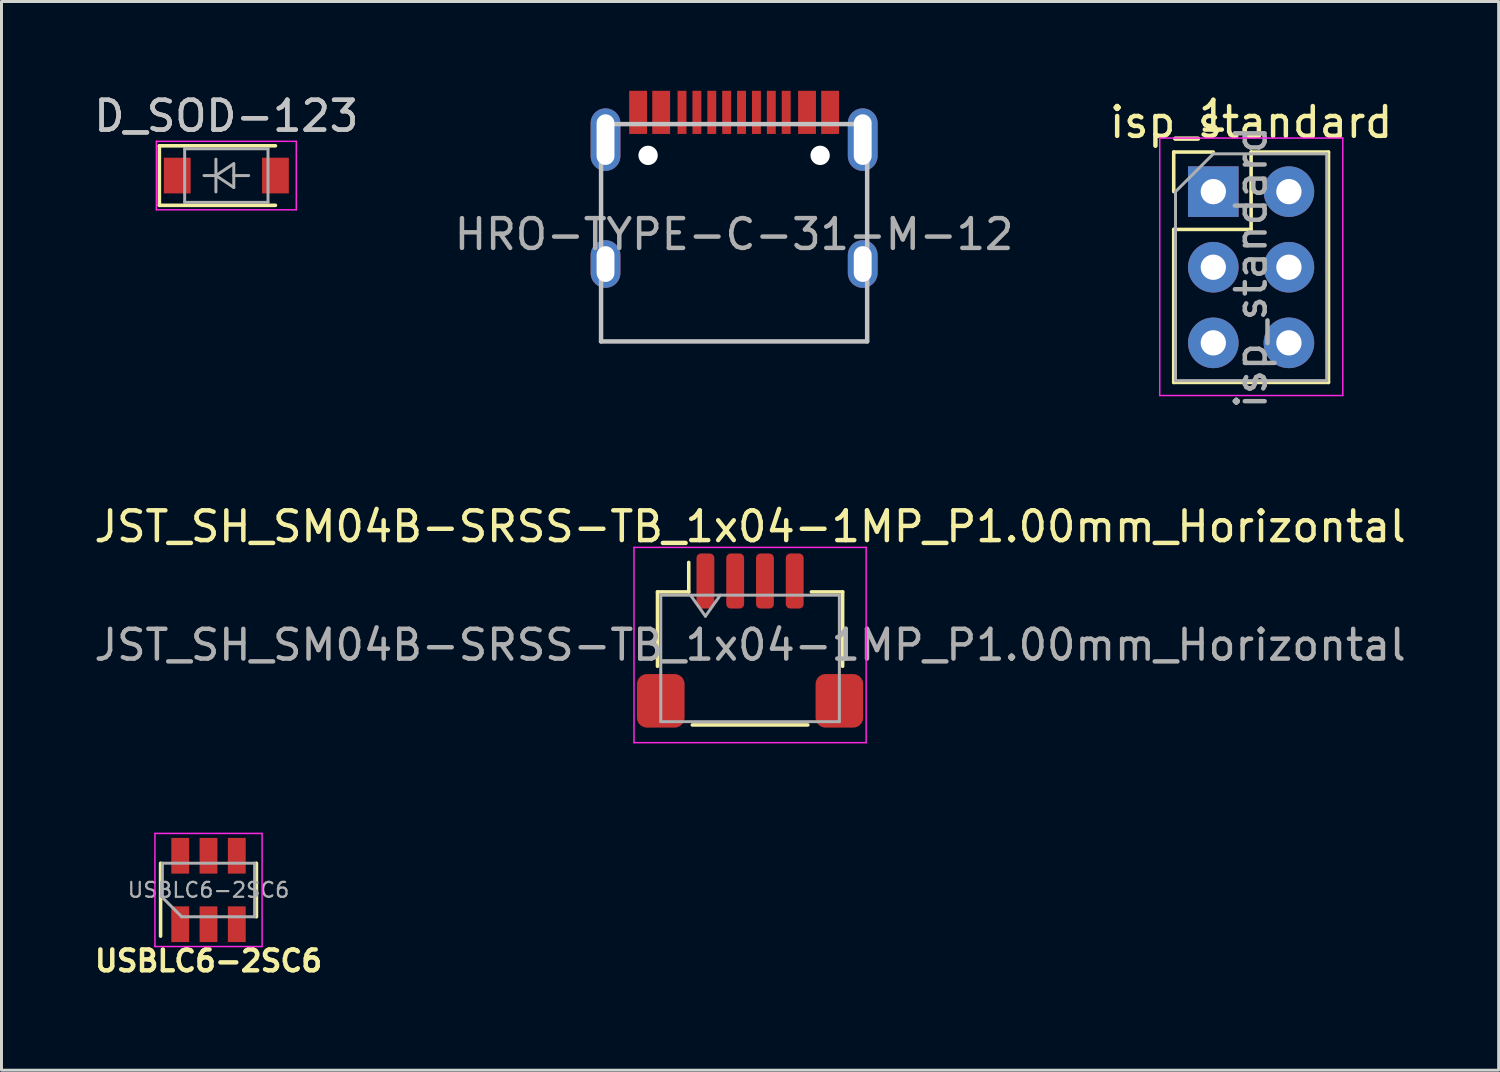
<source format=kicad_pcb>
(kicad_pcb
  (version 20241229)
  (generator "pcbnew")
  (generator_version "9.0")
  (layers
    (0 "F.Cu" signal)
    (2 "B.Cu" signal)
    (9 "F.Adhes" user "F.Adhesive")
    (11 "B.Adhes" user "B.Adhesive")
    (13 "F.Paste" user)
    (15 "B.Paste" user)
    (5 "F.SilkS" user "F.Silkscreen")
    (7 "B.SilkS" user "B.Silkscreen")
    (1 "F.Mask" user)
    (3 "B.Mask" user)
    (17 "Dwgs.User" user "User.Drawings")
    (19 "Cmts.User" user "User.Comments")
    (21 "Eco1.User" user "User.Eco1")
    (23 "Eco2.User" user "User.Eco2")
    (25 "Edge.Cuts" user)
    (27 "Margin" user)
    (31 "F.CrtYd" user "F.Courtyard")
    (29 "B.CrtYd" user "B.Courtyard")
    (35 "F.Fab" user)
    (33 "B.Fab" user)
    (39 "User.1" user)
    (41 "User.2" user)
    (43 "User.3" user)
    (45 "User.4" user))
  (footprint "HRO-TYPE-C-31-M-12"
    (layer "F.Cu")
    (at 21.613 8.42)
    (property "Reference" "HRO-TYPE-C-31-M-12" (at 0 -3.597 0) (layer "F.Fab") (effects (font (size 1 1) (thickness 0.15))))
    (attr through_hole)
    (fp_line (start -4.47 -7.3) (end 4.47 -7.3) (stroke (width 0.15) (type solid)) (layer "Dwgs.User"))
    (fp_line (start -4.47 0) (end -4.47 -7.3) (stroke (width 0.15) (type solid)) (layer "Dwgs.User"))
    (fp_line (start -4.47 0) (end 4.47 0) (stroke (width 0.15) (type solid)) (layer "Dwgs.User"))
    (fp_line (start 4.47 0) (end 4.47 -7.3) (stroke (width 0.15) (type solid)) (layer "Dwgs.User"))
    (pad "" np_thru_hole circle (at -2.89 -6.25 180) (size 0.65 0.65) (drill 0.65) (layers "*.Cu" "*.Mask"))
    (pad "" np_thru_hole circle (at 2.89 -6.25 180) (size 0.65 0.65) (drill 0.65) (layers "*.Cu" "*.Mask"))
    (pad "1" smd rect (at -3.225 -7.695 180) (size 0.6 1.45) (layers "F.Cu" "F.Mask" "F.Paste"))
    (pad "2" smd rect (at -2.45 -7.695 180) (size 0.6 1.45) (layers "F.Cu" "F.Mask" "F.Paste"))
    (pad "3" smd rect (at -1.75 -7.695 180) (size 0.3 1.45) (layers "F.Cu" "F.Mask" "F.Paste"))
    (pad "4" smd rect (at -1.25 -7.695 180) (size 0.3 1.45) (layers "F.Cu" "F.Mask" "F.Paste"))
    (pad "5" smd rect (at -0.75 -7.695 180) (size 0.3 1.45) (layers "F.Cu" "F.Mask" "F.Paste"))
    (pad "6" smd rect (at -0.25 -7.695 180) (size 0.3 1.45) (layers "F.Cu" "F.Mask" "F.Paste"))
    (pad "7" smd rect (at 0.25 -7.695 180) (size 0.3 1.45) (layers "F.Cu" "F.Mask" "F.Paste"))
    (pad "8" smd rect (at 0.75 -7.695 180) (size 0.3 1.45) (layers "F.Cu" "F.Mask" "F.Paste"))
    (pad "9" smd rect (at 1.25 -7.695 180) (size 0.3 1.45) (layers "F.Cu" "F.Mask" "F.Paste"))
    (pad "10" smd rect (at 1.75 -7.695 180) (size 0.3 1.45) (layers "F.Cu" "F.Mask" "F.Paste"))
    (pad "11" smd rect (at 2.45 -7.695 180) (size 0.6 1.45) (layers "F.Cu" "F.Mask" "F.Paste"))
    (pad "12" smd rect (at 3.225 -7.695 180) (size 0.6 1.45) (layers "F.Cu" "F.Mask" "F.Paste"))
    (pad "13" thru_hole oval (at -4.32 -6.78 180) (size 1 2.1) (drill oval 0.6 1.7) (layers "*.Cu" "*.Mask"))
    (pad "13" thru_hole oval (at -4.32 -2.6 180) (size 1 1.6) (drill oval 0.6 1.2) (layers "*.Cu" "*.Mask"))
    (pad "13" thru_hole oval (at 4.32 -6.78 180) (size 1 2.1) (drill oval 0.6 1.7) (layers "*.Cu" "*.Mask"))
    (pad "13" thru_hole oval (at 4.32 -2.6 180) (size 1 1.6) (drill oval 0.6 1.2) (layers "*.Cu" "*.Mask")))
  (footprint "JST_SH_SM04B-SRSS-TB_1x04-1MP_P1.00mm_Horizontal"
    (layer "F.Cu")
    (at 22.149 18.62)
    (property "Reference" "JST_SH_SM04B-SRSS-TB_1x04-1MP_P1.00mm_Horizontal" (at 0 -3.98 0) (layer "F.SilkS") (effects (font (size 1 1) (thickness 0.15))))
    (attr smd)
    (fp_line (start -3.11 -1.785) (end -2.06 -1.785) (stroke (width 0.12) (type solid)) (layer "F.SilkS"))
    (fp_line (start -3.11 0.715) (end -3.11 -1.785) (stroke (width 0.12) (type solid)) (layer "F.SilkS"))
    (fp_line (start -2.06 -1.785) (end -2.06 -2.775) (stroke (width 0.12) (type solid)) (layer "F.SilkS"))
    (fp_line (start -1.94 2.685) (end 1.94 2.685) (stroke (width 0.12) (type solid)) (layer "F.SilkS"))
    (fp_line (start 3.11 -1.785) (end 2.06 -1.785) (stroke (width 0.12) (type solid)) (layer "F.SilkS"))
    (fp_line (start 3.11 0.715) (end 3.11 -1.785) (stroke (width 0.12) (type solid)) (layer "F.SilkS"))
    (fp_line (start -3.9 -3.28) (end -3.9 3.28) (stroke (width 0.05) (type solid)) (layer "F.CrtYd"))
    (fp_line (start -3.9 3.28) (end 3.9 3.28) (stroke (width 0.05) (type solid)) (layer "F.CrtYd"))
    (fp_line (start 3.9 -3.28) (end -3.9 -3.28) (stroke (width 0.05) (type solid)) (layer "F.CrtYd"))
    (fp_line (start 3.9 3.28) (end 3.9 -3.28) (stroke (width 0.05) (type solid)) (layer "F.CrtYd"))
    (fp_line (start -3 -1.675) (end -3 2.575) (stroke (width 0.1) (type solid)) (layer "F.Fab"))
    (fp_line (start -3 -1.675) (end 3 -1.675) (stroke (width 0.1) (type solid)) (layer "F.Fab"))
    (fp_line (start -3 2.575) (end 3 2.575) (stroke (width 0.1) (type solid)) (layer "F.Fab"))
    (fp_line (start -2 -1.675) (end -1.5 -0.968) (stroke (width 0.1) (type solid)) (layer "F.Fab"))
    (fp_line (start -1.5 -0.968) (end -1 -1.675) (stroke (width 0.1) (type solid)) (layer "F.Fab"))
    (fp_line (start 3 -1.675) (end 3 2.575) (stroke (width 0.1) (type solid)) (layer "F.Fab"))
    (fp_text user "${REFERENCE}" (at 0 0 0) (layer "F.Fab") (effects (font (size 1 1) (thickness 0.15))))
    (pad "1" smd roundrect (at -1.5 -2.15 180) (size 0.6 1.85) (layers "F.Cu" "F.Mask" "F.Paste") (roundrect_rratio 0.25))
    (pad "2" smd roundrect (at -0.5 -2.15 180) (size 0.6 1.85) (layers "F.Cu" "F.Mask" "F.Paste") (roundrect_rratio 0.25))
    (pad "3" smd roundrect (at 0.5 -2.15 180) (size 0.6 1.85) (layers "F.Cu" "F.Mask" "F.Paste") (roundrect_rratio 0.25))
    (pad "4" smd roundrect (at 1.5 -2.15 180) (size 0.6 1.85) (layers "F.Cu" "F.Mask" "F.Paste") (roundrect_rratio 0.25))
    (pad "MP" smd roundrect (at -3 1.875 180) (size 1.6 1.8) (layers "F.Cu" "F.Mask" "F.Paste") (roundrect_rratio 0.208))
    (pad "MP" smd roundrect (at 3 1.875 180) (size 1.6 1.8) (layers "F.Cu" "F.Mask" "F.Paste") (roundrect_rratio 0.208)))
  (footprint "D_SOD-123"
    (layer "F.Cu")
    (at 4.554 2.848)
    (property "Reference" "D_SOD-123" (at 0 -2 0) (layer "Dwgs.User") (effects (font (size 1 1) (thickness 0.15))))
    (attr smd)
    (fp_line (start -2.25 -1) (end -2.25 1) (stroke (width 0.12) (type solid)) (layer "F.SilkS"))
    (fp_line (start -2.25 -1) (end 1.65 -1) (stroke (width 0.12) (type solid)) (layer "F.SilkS"))
    (fp_line (start -2.25 1) (end 1.65 1) (stroke (width 0.12) (type solid)) (layer "F.SilkS"))
    (fp_line (start -2.35 -1.15) (end -2.35 1.15) (stroke (width 0.05) (type solid)) (layer "F.CrtYd"))
    (fp_line (start -2.35 -1.15) (end 2.35 -1.15) (stroke (width 0.05) (type solid)) (layer "F.CrtYd"))
    (fp_line (start 2.35 -1.15) (end 2.35 1.15) (stroke (width 0.05) (type solid)) (layer "F.CrtYd"))
    (fp_line (start 2.35 1.15) (end -2.35 1.15) (stroke (width 0.05) (type solid)) (layer "F.CrtYd"))
    (fp_line (start -1.4 -0.9) (end 1.4 -0.9) (stroke (width 0.1) (type solid)) (layer "F.Fab"))
    (fp_line (start -1.4 0.9) (end -1.4 -0.9) (stroke (width 0.1) (type solid)) (layer "F.Fab"))
    (fp_line (start -0.75 0) (end -0.35 0) (stroke (width 0.1) (type solid)) (layer "F.Fab"))
    (fp_line (start -0.35 0) (end -0.35 -0.55) (stroke (width 0.1) (type solid)) (layer "F.Fab"))
    (fp_line (start -0.35 0) (end -0.35 0.55) (stroke (width 0.1) (type solid)) (layer "F.Fab"))
    (fp_line (start -0.35 0) (end 0.25 -0.4) (stroke (width 0.1) (type solid)) (layer "F.Fab"))
    (fp_line (start 0.25 -0.4) (end 0.25 0.4) (stroke (width 0.1) (type solid)) (layer "F.Fab"))
    (fp_line (start 0.25 0) (end 0.75 0) (stroke (width 0.1) (type solid)) (layer "F.Fab"))
    (fp_line (start 0.25 0.4) (end -0.35 0) (stroke (width 0.1) (type solid)) (layer "F.Fab"))
    (fp_line (start 1.4 -0.9) (end 1.4 0.9) (stroke (width 0.1) (type solid)) (layer "F.Fab"))
    (fp_line (start 1.4 0.9) (end -1.4 0.9) (stroke (width 0.1) (type solid)) (layer "F.Fab"))
    (fp_text user "${REFERENCE}" (at 0 -2 0) (layer "F.Fab") (effects (font (size 1 1) (thickness 0.15))))
    (pad "1" smd rect (at -1.65 0 180) (size 0.9 1.2) (layers "F.Cu" "F.Mask" "F.Paste"))
    (pad "2" smd rect (at 1.65 0 180) (size 0.9 1.2) (layers "F.Cu" "F.Mask" "F.Paste")))
  (footprint "USBLC6-2SC6"
    (layer "F.Cu")
    (at 3.955 26.85)
    (property "Reference" "USBLC6-2SC6" (at 0 2.381 0) (layer "F.SilkS") (effects (font (size 0.7 0.7) (thickness 0.15))))
    (attr smd)
    (fp_line (start -1.61 -0.9) (end -1.61 1.55) (stroke (width 0.12) (type solid)) (layer "F.SilkS"))
    (fp_line (start 1.61 0.9) (end 1.61 -0.9) (stroke (width 0.12) (type solid)) (layer "F.SilkS"))
    (fp_line (start -1.8 -1.9) (end -1.8 1.9) (stroke (width 0.05) (type solid)) (layer "F.CrtYd"))
    (fp_line (start -1.8 1.9) (end 1.8 1.9) (stroke (width 0.05) (type solid)) (layer "F.CrtYd"))
    (fp_line (start 1.8 -1.9) (end -1.8 -1.9) (stroke (width 0.05) (type solid)) (layer "F.CrtYd"))
    (fp_line (start 1.8 1.9) (end 1.8 -1.9) (stroke (width 0.05) (type solid)) (layer "F.CrtYd"))
    (fp_line (start -1.55 -0.9) (end -1.55 0.25) (stroke (width 0.1) (type solid)) (layer "F.Fab"))
    (fp_line (start -1.55 -0.9) (end 1.55 -0.9) (stroke (width 0.1) (type solid)) (layer "F.Fab"))
    (fp_line (start -0.9 0.9) (end -1.55 0.25) (stroke (width 0.1) (type solid)) (layer "F.Fab"))
    (fp_line (start -0.9 0.9) (end 1.55 0.9) (stroke (width 0.1) (type solid)) (layer "F.Fab"))
    (fp_line (start 1.55 -0.9) (end 1.55 0.9) (stroke (width 0.1) (type solid)) (layer "F.Fab"))
    (fp_text user "${REFERENCE}" (at 0 0 0) (layer "F.Fab") (effects (font (size 0.5 0.5) (thickness 0.075))))
    (pad "1" smd rect (at -0.95 1.15 180) (size 0.6 1.2) (layers "F.Cu" "F.Mask" "F.Paste"))
    (pad "2" smd rect (at 0 1.15 180) (size 0.6 1.2) (layers "F.Cu" "F.Mask" "F.Paste"))
    (pad "3" smd rect (at 0.95 1.15 180) (size 0.6 1.2) (layers "F.Cu" "F.Mask" "F.Paste"))
    (pad "4" smd rect (at 0.95 -1.15 180) (size 0.6 1.2) (layers "F.Cu" "F.Mask" "F.Paste"))
    (pad "5" smd rect (at 0 -1.15 180) (size 0.6 1.2) (layers "F.Cu" "F.Mask" "F.Paste"))
    (pad "6" smd rect (at -0.95 -1.15 180) (size 0.6 1.2) (layers "F.Cu" "F.Mask" "F.Paste")))
  (footprint "isp_standard"
    (layer "F.Cu")
    (at 38.982 5.928)
    (property "Reference" "isp_standard" (at 0 -4.87 0) (layer "F.SilkS") (effects (font (size 1 1) (thickness 0.15))))
    (attr through_hole)
    (fp_line (start -2.6 -3.87) (end -1.27 -3.87) (stroke (width 0.12) (type solid)) (layer "F.SilkS"))
    (fp_line (start -2.6 -2.54) (end -2.6 -3.87) (stroke (width 0.12) (type solid)) (layer "F.SilkS"))
    (fp_line (start -2.6 -1.27) (end -2.6 3.87) (stroke (width 0.12) (type solid)) (layer "F.SilkS"))
    (fp_line (start -2.6 -1.27) (end 0 -1.27) (stroke (width 0.12) (type solid)) (layer "F.SilkS"))
    (fp_line (start -2.6 3.87) (end 2.6 3.87) (stroke (width 0.12) (type solid)) (layer "F.SilkS"))
    (fp_line (start 0 -3.87) (end 2.6 -3.87) (stroke (width 0.12) (type solid)) (layer "F.SilkS"))
    (fp_line (start 0 -1.27) (end 0 -3.87) (stroke (width 0.12) (type solid)) (layer "F.SilkS"))
    (fp_line (start 2.6 -3.87) (end 2.6 3.87) (stroke (width 0.12) (type solid)) (layer "F.SilkS"))
    (fp_line (start -3.07 -4.34) (end -3.07 4.31) (stroke (width 0.05) (type solid)) (layer "F.CrtYd"))
    (fp_line (start -3.07 4.31) (end 3.08 4.31) (stroke (width 0.05) (type solid)) (layer "F.CrtYd"))
    (fp_line (start 3.08 -4.34) (end -3.07 -4.34) (stroke (width 0.05) (type solid)) (layer "F.CrtYd"))
    (fp_line (start 3.08 4.31) (end 3.08 -4.34) (stroke (width 0.05) (type solid)) (layer "F.CrtYd"))
    (fp_line (start -2.54 -2.54) (end -1.27 -3.81) (stroke (width 0.1) (type solid)) (layer "F.Fab"))
    (fp_line (start -2.54 3.81) (end -2.54 -2.54) (stroke (width 0.1) (type solid)) (layer "F.Fab"))
    (fp_line (start -1.27 -3.81) (end 2.54 -3.81) (stroke (width 0.1) (type solid)) (layer "F.Fab"))
    (fp_line (start 2.54 -3.81) (end 2.54 3.81) (stroke (width 0.1) (type solid)) (layer "F.Fab"))
    (fp_line (start 2.54 3.81) (end -2.54 3.81) (stroke (width 0.1) (type solid)) (layer "F.Fab"))
    (fp_text user "1" (at -1.27 -5.08 0) (layer "F.SilkS") (effects (font (size 1 1) (thickness 0.15))))
    (fp_text user "${REFERENCE}" (at 0 0 90) (layer "F.Fab") (effects (font (size 1 1) (thickness 0.15))))
    (pad "1" thru_hole rect (at -1.27 -2.54 180) (size 1.7 1.7) (drill 0.85) (layers "*.Cu" "*.Mask"))
    (pad "2" thru_hole oval (at 1.27 -2.54 180) (size 1.7 1.7) (drill 0.85) (layers "*.Cu" "*.Mask"))
    (pad "3" thru_hole oval (at -1.27 0 180) (size 1.7 1.7) (drill 0.85) (layers "*.Cu" "*.Mask"))
    (pad "4" thru_hole oval (at 1.27 0 180) (size 1.7 1.7) (drill 0.85) (layers "*.Cu" "*.Mask"))
    (pad "5" thru_hole oval (at -1.27 2.54 180) (size 1.7 1.7) (drill 0.85) (layers "*.Cu" "*.Mask"))
    (pad "6" thru_hole oval (at 1.27 2.54 180) (size 1.7 1.7) (drill 0.85) (layers "*.Cu" "*.Mask")))
  (gr_rect
    (start -3 -3)
    (end 47.298 32.904)
    (stroke (width 0.1) (type default))
    (fill no)
    (layer "Edge.Cuts")))
</source>
